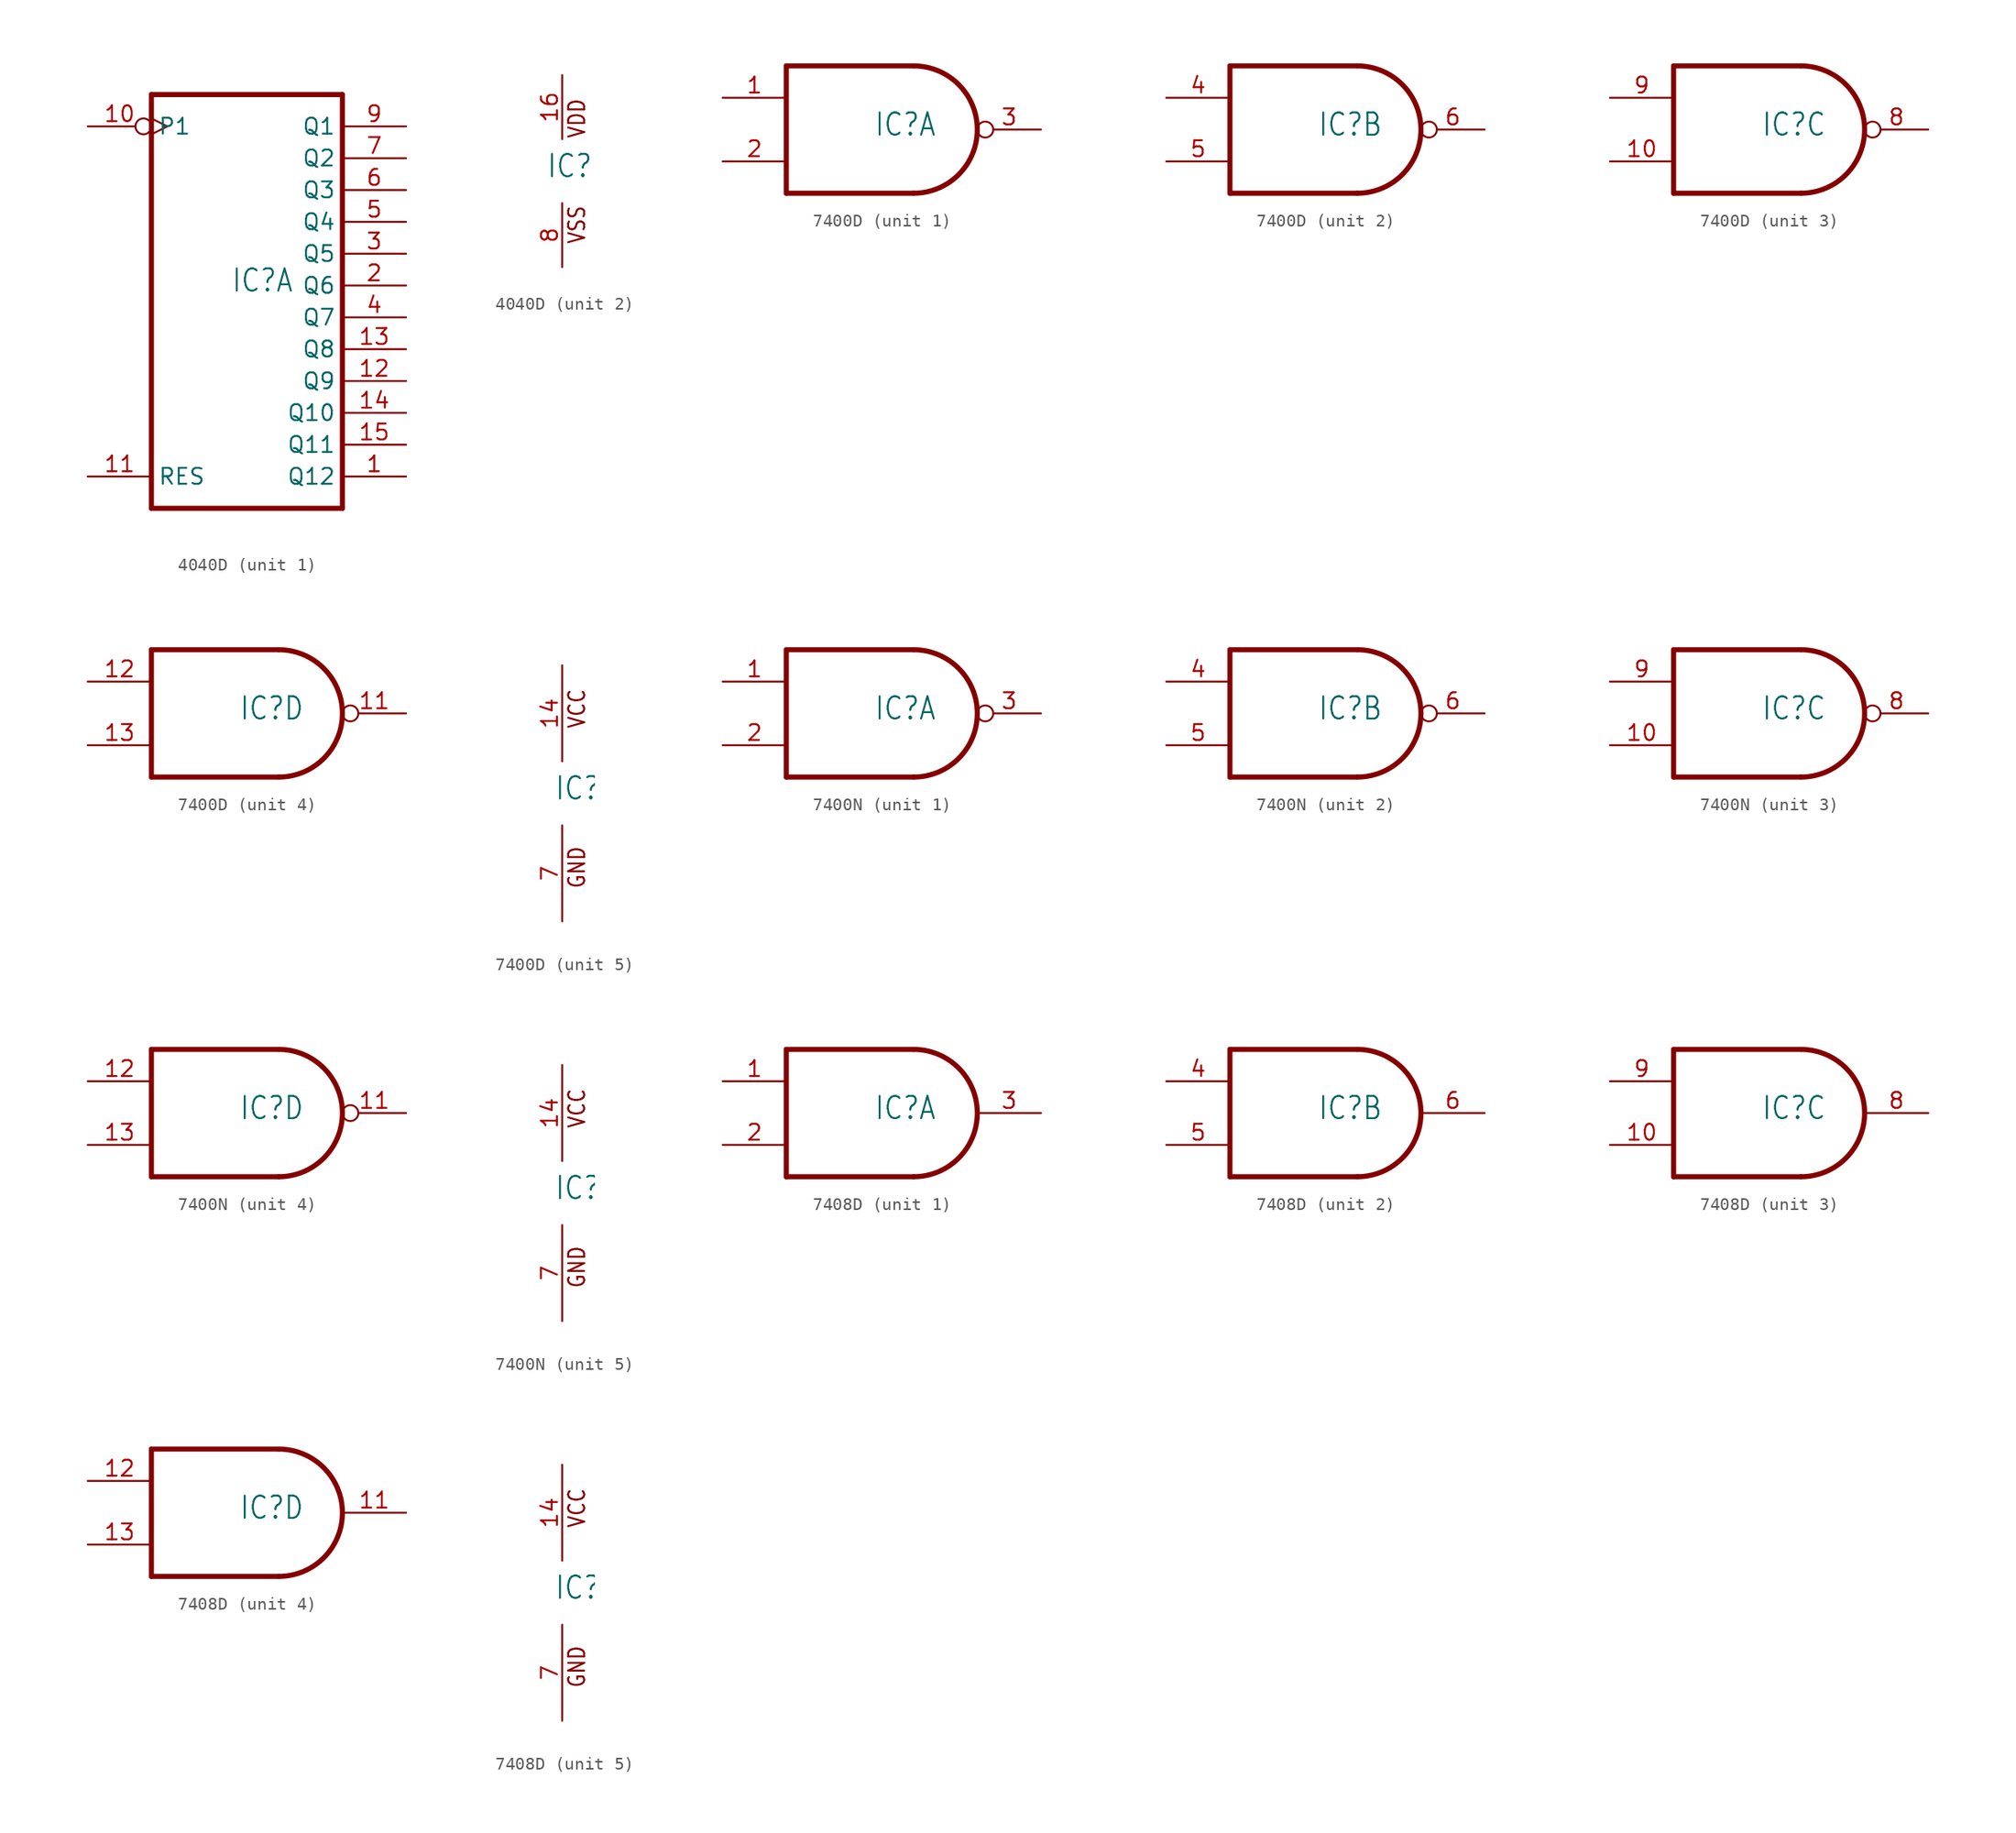
<source format=kicad_sym>
(kicad_symbol_lib
  (version 20211014)
  (generator kicad_symbol_editor)
  (symbol "4040D"
    (property "Reference" "IC"
      (at -1.27 -0.635 0)
      (effects (font (size 1.778 1.511)) (justify left bottom)))
    (property "ki_locked" ""
      (at 0 0 0)
      (effects (font (size 1.27 1.27))))
    (symbol "4040D_1_0"
      (polyline (pts (xy -7.62 -17.78) (xy 7.62 -17.78)) (stroke (width 0.406) (type default) (color 0 0 0 0)) (fill (type none)))
      (polyline (pts (xy -7.62 15.24) (xy -7.62 -17.78)) (stroke (width 0.406) (type default) (color 0 0 0 0)) (fill (type none)))
      (polyline (pts (xy 7.62 -17.78) (xy 7.62 15.24)) (stroke (width 0.406) (type default) (color 0 0 0 0)) (fill (type none)))
      (polyline (pts (xy 7.62 15.24) (xy -7.62 15.24)) (stroke (width 0.406) (type default) (color 0 0 0 0)) (fill (type none)))
      (pin output line (at 12.7 -15.24 180) (length 5.08) (name "Q12" (effects (font (size 1.27 1.27)))) (number "1" (effects (font (size 1.27 1.27)))))
      (pin input inverted_clock (at -12.7 12.7 0) (length 5.08) (name "P1" (effects (font (size 1.27 1.27)))) (number "10" (effects (font (size 1.27 1.27)))))
      (pin input line (at -12.7 -15.24 0) (length 5.08) (name "RES" (effects (font (size 1.27 1.27)))) (number "11" (effects (font (size 1.27 1.27)))))
      (pin output line (at 12.7 -7.62 180) (length 5.08) (name "Q9" (effects (font (size 1.27 1.27)))) (number "12" (effects (font (size 1.27 1.27)))))
      (pin output line (at 12.7 -5.08 180) (length 5.08) (name "Q8" (effects (font (size 1.27 1.27)))) (number "13" (effects (font (size 1.27 1.27)))))
      (pin output line (at 12.7 -10.16 180) (length 5.08) (name "Q10" (effects (font (size 1.27 1.27)))) (number "14" (effects (font (size 1.27 1.27)))))
      (pin output line (at 12.7 -12.7 180) (length 5.08) (name "Q11" (effects (font (size 1.27 1.27)))) (number "15" (effects (font (size 1.27 1.27)))))
      (pin output line (at 12.7 0 180) (length 5.08) (name "Q6" (effects (font (size 1.27 1.27)))) (number "2" (effects (font (size 1.27 1.27)))))
      (pin output line (at 12.7 2.54 180) (length 5.08) (name "Q5" (effects (font (size 1.27 1.27)))) (number "3" (effects (font (size 1.27 1.27)))))
      (pin output line (at 12.7 -2.54 180) (length 5.08) (name "Q7" (effects (font (size 1.27 1.27)))) (number "4" (effects (font (size 1.27 1.27)))))
      (pin output line (at 12.7 5.08 180) (length 5.08) (name "Q4" (effects (font (size 1.27 1.27)))) (number "5" (effects (font (size 1.27 1.27)))))
      (pin output line (at 12.7 7.62 180) (length 5.08) (name "Q3" (effects (font (size 1.27 1.27)))) (number "6" (effects (font (size 1.27 1.27)))))
      (pin output line (at 12.7 10.16 180) (length 5.08) (name "Q2" (effects (font (size 1.27 1.27)))) (number "7" (effects (font (size 1.27 1.27)))))
      (pin output line (at 12.7 12.7 180) (length 5.08) (name "Q1" (effects (font (size 1.27 1.27)))) (number "9" (effects (font (size 1.27 1.27))))))
    (symbol "4040D_2_0"
      (text "VDD" (at 1.905 2.54 900) (effects (font (size 1.27 1.079)) (justify left bottom)))
      (text "VSS" (at 1.905 -5.842 900) (effects (font (size 1.27 1.079)) (justify left bottom)))
      (pin power_in line (at 0 7.62 270) (length 5.08) (name "VDD" (effects (font (size 0 0)))) (number "16" (effects (font (size 1.27 1.27)))))
      (pin power_in line (at 0 -7.62 90) (length 5.08) (name "VSS" (effects (font (size 0 0)))) (number "8" (effects (font (size 1.27 1.27)))))))
  (symbol "7400D"
    (property "Reference" "IC"
      (at -0.635 -0.635 0)
      (effects (font (size 1.778 1.511)) (justify left bottom)))
    (property "ki_locked" ""
      (at 0 0 0)
      (effects (font (size 1.27 1.27))))
    (symbol "7400D_1_0"
      (polyline (pts (xy -7.62 -5.08) (xy 2.54 -5.08)) (stroke (width 0.406) (type default) (color 0 0 0 0)) (fill (type none)))
      (polyline (pts (xy -7.62 5.08) (xy -7.62 -5.08)) (stroke (width 0.406) (type default) (color 0 0 0 0)) (fill (type none)))
      (polyline (pts (xy 2.54 5.08) (xy -7.62 5.08)) (stroke (width 0.406) (type default) (color 0 0 0 0)) (fill (type none)))
      (arc (start 2.54 -5.08) (mid 7.6199 0) (end 2.54 5.08) (stroke (width 0.4064) (type default) (color 0 0 0 0)) (fill (type none)))
      (pin input line (at -12.7 2.54 0) (length 5.08) (name "I0" (effects (font (size 0 0)))) (number "1" (effects (font (size 1.27 1.27)))))
      (pin input line (at -12.7 -2.54 0) (length 5.08) (name "I1" (effects (font (size 0 0)))) (number "2" (effects (font (size 1.27 1.27)))))
      (pin output inverted (at 12.7 0 180) (length 5.08) (name "O" (effects (font (size 0 0)))) (number "3" (effects (font (size 1.27 1.27))))))
    (symbol "7400D_2_0"
      (polyline (pts (xy -7.62 -5.08) (xy 2.54 -5.08)) (stroke (width 0.406) (type default) (color 0 0 0 0)) (fill (type none)))
      (polyline (pts (xy -7.62 5.08) (xy -7.62 -5.08)) (stroke (width 0.406) (type default) (color 0 0 0 0)) (fill (type none)))
      (polyline (pts (xy 2.54 5.08) (xy -7.62 5.08)) (stroke (width 0.406) (type default) (color 0 0 0 0)) (fill (type none)))
      (arc (start 2.54 -5.08) (mid 7.6199 0) (end 2.54 5.08) (stroke (width 0.4064) (type default) (color 0 0 0 0)) (fill (type none)))
      (pin input line (at -12.7 2.54 0) (length 5.08) (name "I0" (effects (font (size 0 0)))) (number "4" (effects (font (size 1.27 1.27)))))
      (pin input line (at -12.7 -2.54 0) (length 5.08) (name "I1" (effects (font (size 0 0)))) (number "5" (effects (font (size 1.27 1.27)))))
      (pin output inverted (at 12.7 0 180) (length 5.08) (name "O" (effects (font (size 0 0)))) (number "6" (effects (font (size 1.27 1.27))))))
    (symbol "7400D_3_0"
      (polyline (pts (xy -7.62 -5.08) (xy 2.54 -5.08)) (stroke (width 0.406) (type default) (color 0 0 0 0)) (fill (type none)))
      (polyline (pts (xy -7.62 5.08) (xy -7.62 -5.08)) (stroke (width 0.406) (type default) (color 0 0 0 0)) (fill (type none)))
      (polyline (pts (xy 2.54 5.08) (xy -7.62 5.08)) (stroke (width 0.406) (type default) (color 0 0 0 0)) (fill (type none)))
      (arc (start 2.54 -5.08) (mid 7.6199 0) (end 2.54 5.08) (stroke (width 0.4064) (type default) (color 0 0 0 0)) (fill (type none)))
      (pin input line (at -12.7 -2.54 0) (length 5.08) (name "I1" (effects (font (size 0 0)))) (number "10" (effects (font (size 1.27 1.27)))))
      (pin output inverted (at 12.7 0 180) (length 5.08) (name "O" (effects (font (size 0 0)))) (number "8" (effects (font (size 1.27 1.27)))))
      (pin input line (at -12.7 2.54 0) (length 5.08) (name "I0" (effects (font (size 0 0)))) (number "9" (effects (font (size 1.27 1.27))))))
    (symbol "7400D_4_0"
      (polyline (pts (xy -7.62 -5.08) (xy 2.54 -5.08)) (stroke (width 0.406) (type default) (color 0 0 0 0)) (fill (type none)))
      (polyline (pts (xy -7.62 5.08) (xy -7.62 -5.08)) (stroke (width 0.406) (type default) (color 0 0 0 0)) (fill (type none)))
      (polyline (pts (xy 2.54 5.08) (xy -7.62 5.08)) (stroke (width 0.406) (type default) (color 0 0 0 0)) (fill (type none)))
      (arc (start 2.54 -5.08) (mid 7.6199 0) (end 2.54 5.08) (stroke (width 0.4064) (type default) (color 0 0 0 0)) (fill (type none)))
      (pin output inverted (at 12.7 0 180) (length 5.08) (name "O" (effects (font (size 0 0)))) (number "11" (effects (font (size 1.27 1.27)))))
      (pin input line (at -12.7 2.54 0) (length 5.08) (name "I0" (effects (font (size 0 0)))) (number "12" (effects (font (size 1.27 1.27)))))
      (pin input line (at -12.7 -2.54 0) (length 5.08) (name "I1" (effects (font (size 0 0)))) (number "13" (effects (font (size 1.27 1.27))))))
    (symbol "7400D_5_0"
      (text "GND" (at 1.905 -7.62 900) (effects (font (size 1.27 1.079)) (justify left bottom)))
      (text "VCC" (at 1.905 5.08 900) (effects (font (size 1.27 1.079)) (justify left bottom)))
      (pin power_in line (at 0 10.16 270) (length 7.62) (name "VCC" (effects (font (size 0 0)))) (number "14" (effects (font (size 1.27 1.27)))))
      (pin power_in line (at 0 -10.16 90) (length 7.62) (name "GND" (effects (font (size 0 0)))) (number "7" (effects (font (size 1.27 1.27)))))))
  (symbol "7400N"
    (property "Reference" "IC"
      (at -0.635 -0.635 0)
      (effects (font (size 1.778 1.511)) (justify left bottom)))
    (property "ki_locked" ""
      (at 0 0 0)
      (effects (font (size 1.27 1.27))))
    (symbol "7400N_1_0"
      (polyline (pts (xy -7.62 -5.08) (xy 2.54 -5.08)) (stroke (width 0.406) (type default) (color 0 0 0 0)) (fill (type none)))
      (polyline (pts (xy -7.62 5.08) (xy -7.62 -5.08)) (stroke (width 0.406) (type default) (color 0 0 0 0)) (fill (type none)))
      (polyline (pts (xy 2.54 5.08) (xy -7.62 5.08)) (stroke (width 0.406) (type default) (color 0 0 0 0)) (fill (type none)))
      (arc (start 2.54 -5.08) (mid 7.6199 0) (end 2.54 5.08) (stroke (width 0.4064) (type default) (color 0 0 0 0)) (fill (type none)))
      (pin input line (at -12.7 2.54 0) (length 5.08) (name "I0" (effects (font (size 0 0)))) (number "1" (effects (font (size 1.27 1.27)))))
      (pin input line (at -12.7 -2.54 0) (length 5.08) (name "I1" (effects (font (size 0 0)))) (number "2" (effects (font (size 1.27 1.27)))))
      (pin output inverted (at 12.7 0 180) (length 5.08) (name "O" (effects (font (size 0 0)))) (number "3" (effects (font (size 1.27 1.27))))))
    (symbol "7400N_2_0"
      (polyline (pts (xy -7.62 -5.08) (xy 2.54 -5.08)) (stroke (width 0.406) (type default) (color 0 0 0 0)) (fill (type none)))
      (polyline (pts (xy -7.62 5.08) (xy -7.62 -5.08)) (stroke (width 0.406) (type default) (color 0 0 0 0)) (fill (type none)))
      (polyline (pts (xy 2.54 5.08) (xy -7.62 5.08)) (stroke (width 0.406) (type default) (color 0 0 0 0)) (fill (type none)))
      (arc (start 2.54 -5.08) (mid 7.6199 0) (end 2.54 5.08) (stroke (width 0.4064) (type default) (color 0 0 0 0)) (fill (type none)))
      (pin input line (at -12.7 2.54 0) (length 5.08) (name "I0" (effects (font (size 0 0)))) (number "4" (effects (font (size 1.27 1.27)))))
      (pin input line (at -12.7 -2.54 0) (length 5.08) (name "I1" (effects (font (size 0 0)))) (number "5" (effects (font (size 1.27 1.27)))))
      (pin output inverted (at 12.7 0 180) (length 5.08) (name "O" (effects (font (size 0 0)))) (number "6" (effects (font (size 1.27 1.27))))))
    (symbol "7400N_3_0"
      (polyline (pts (xy -7.62 -5.08) (xy 2.54 -5.08)) (stroke (width 0.406) (type default) (color 0 0 0 0)) (fill (type none)))
      (polyline (pts (xy -7.62 5.08) (xy -7.62 -5.08)) (stroke (width 0.406) (type default) (color 0 0 0 0)) (fill (type none)))
      (polyline (pts (xy 2.54 5.08) (xy -7.62 5.08)) (stroke (width 0.406) (type default) (color 0 0 0 0)) (fill (type none)))
      (arc (start 2.54 -5.08) (mid 7.6199 0) (end 2.54 5.08) (stroke (width 0.4064) (type default) (color 0 0 0 0)) (fill (type none)))
      (pin input line (at -12.7 -2.54 0) (length 5.08) (name "I1" (effects (font (size 0 0)))) (number "10" (effects (font (size 1.27 1.27)))))
      (pin output inverted (at 12.7 0 180) (length 5.08) (name "O" (effects (font (size 0 0)))) (number "8" (effects (font (size 1.27 1.27)))))
      (pin input line (at -12.7 2.54 0) (length 5.08) (name "I0" (effects (font (size 0 0)))) (number "9" (effects (font (size 1.27 1.27))))))
    (symbol "7400N_4_0"
      (polyline (pts (xy -7.62 -5.08) (xy 2.54 -5.08)) (stroke (width 0.406) (type default) (color 0 0 0 0)) (fill (type none)))
      (polyline (pts (xy -7.62 5.08) (xy -7.62 -5.08)) (stroke (width 0.406) (type default) (color 0 0 0 0)) (fill (type none)))
      (polyline (pts (xy 2.54 5.08) (xy -7.62 5.08)) (stroke (width 0.406) (type default) (color 0 0 0 0)) (fill (type none)))
      (arc (start 2.54 -5.08) (mid 7.6199 0) (end 2.54 5.08) (stroke (width 0.4064) (type default) (color 0 0 0 0)) (fill (type none)))
      (pin output inverted (at 12.7 0 180) (length 5.08) (name "O" (effects (font (size 0 0)))) (number "11" (effects (font (size 1.27 1.27)))))
      (pin input line (at -12.7 2.54 0) (length 5.08) (name "I0" (effects (font (size 0 0)))) (number "12" (effects (font (size 1.27 1.27)))))
      (pin input line (at -12.7 -2.54 0) (length 5.08) (name "I1" (effects (font (size 0 0)))) (number "13" (effects (font (size 1.27 1.27))))))
    (symbol "7400N_5_0"
      (text "GND" (at 1.905 -7.62 900) (effects (font (size 1.27 1.079)) (justify left bottom)))
      (text "VCC" (at 1.905 5.08 900) (effects (font (size 1.27 1.079)) (justify left bottom)))
      (pin power_in line (at 0 10.16 270) (length 7.62) (name "VCC" (effects (font (size 0 0)))) (number "14" (effects (font (size 1.27 1.27)))))
      (pin power_in line (at 0 -10.16 90) (length 7.62) (name "GND" (effects (font (size 0 0)))) (number "7" (effects (font (size 1.27 1.27)))))))
  (symbol "7408D"
    (property "Reference" "IC"
      (at -0.635 -0.635 0)
      (effects (font (size 1.778 1.511)) (justify left bottom)))
    (property "ki_locked" ""
      (at 0 0 0)
      (effects (font (size 1.27 1.27))))
    (symbol "7408D_1_0"
      (polyline (pts (xy -7.62 -5.08) (xy 2.54 -5.08)) (stroke (width 0.406) (type default) (color 0 0 0 0)) (fill (type none)))
      (polyline (pts (xy -7.62 5.08) (xy -7.62 -5.08)) (stroke (width 0.406) (type default) (color 0 0 0 0)) (fill (type none)))
      (polyline (pts (xy 2.54 5.08) (xy -7.62 5.08)) (stroke (width 0.406) (type default) (color 0 0 0 0)) (fill (type none)))
      (arc (start 2.54 -5.08) (mid 7.6199 0) (end 2.54 5.08) (stroke (width 0.4064) (type default) (color 0 0 0 0)) (fill (type none)))
      (pin input line (at -12.7 2.54 0) (length 5.08) (name "I0" (effects (font (size 0 0)))) (number "1" (effects (font (size 1.27 1.27)))))
      (pin input line (at -12.7 -2.54 0) (length 5.08) (name "I1" (effects (font (size 0 0)))) (number "2" (effects (font (size 1.27 1.27)))))
      (pin output line (at 12.7 0 180) (length 5.08) (name "O" (effects (font (size 0 0)))) (number "3" (effects (font (size 1.27 1.27))))))
    (symbol "7408D_2_0"
      (polyline (pts (xy -7.62 -5.08) (xy 2.54 -5.08)) (stroke (width 0.406) (type default) (color 0 0 0 0)) (fill (type none)))
      (polyline (pts (xy -7.62 5.08) (xy -7.62 -5.08)) (stroke (width 0.406) (type default) (color 0 0 0 0)) (fill (type none)))
      (polyline (pts (xy 2.54 5.08) (xy -7.62 5.08)) (stroke (width 0.406) (type default) (color 0 0 0 0)) (fill (type none)))
      (arc (start 2.54 -5.08) (mid 7.6199 0) (end 2.54 5.08) (stroke (width 0.4064) (type default) (color 0 0 0 0)) (fill (type none)))
      (pin input line (at -12.7 2.54 0) (length 5.08) (name "I0" (effects (font (size 0 0)))) (number "4" (effects (font (size 1.27 1.27)))))
      (pin input line (at -12.7 -2.54 0) (length 5.08) (name "I1" (effects (font (size 0 0)))) (number "5" (effects (font (size 1.27 1.27)))))
      (pin output line (at 12.7 0 180) (length 5.08) (name "O" (effects (font (size 0 0)))) (number "6" (effects (font (size 1.27 1.27))))))
    (symbol "7408D_3_0"
      (polyline (pts (xy -7.62 -5.08) (xy 2.54 -5.08)) (stroke (width 0.406) (type default) (color 0 0 0 0)) (fill (type none)))
      (polyline (pts (xy -7.62 5.08) (xy -7.62 -5.08)) (stroke (width 0.406) (type default) (color 0 0 0 0)) (fill (type none)))
      (polyline (pts (xy 2.54 5.08) (xy -7.62 5.08)) (stroke (width 0.406) (type default) (color 0 0 0 0)) (fill (type none)))
      (arc (start 2.54 -5.08) (mid 7.6199 0) (end 2.54 5.08) (stroke (width 0.4064) (type default) (color 0 0 0 0)) (fill (type none)))
      (pin input line (at -12.7 -2.54 0) (length 5.08) (name "I1" (effects (font (size 0 0)))) (number "10" (effects (font (size 1.27 1.27)))))
      (pin output line (at 12.7 0 180) (length 5.08) (name "O" (effects (font (size 0 0)))) (number "8" (effects (font (size 1.27 1.27)))))
      (pin input line (at -12.7 2.54 0) (length 5.08) (name "I0" (effects (font (size 0 0)))) (number "9" (effects (font (size 1.27 1.27))))))
    (symbol "7408D_4_0"
      (polyline (pts (xy -7.62 -5.08) (xy 2.54 -5.08)) (stroke (width 0.406) (type default) (color 0 0 0 0)) (fill (type none)))
      (polyline (pts (xy -7.62 5.08) (xy -7.62 -5.08)) (stroke (width 0.406) (type default) (color 0 0 0 0)) (fill (type none)))
      (polyline (pts (xy 2.54 5.08) (xy -7.62 5.08)) (stroke (width 0.406) (type default) (color 0 0 0 0)) (fill (type none)))
      (arc (start 2.54 -5.08) (mid 7.6199 0) (end 2.54 5.08) (stroke (width 0.4064) (type default) (color 0 0 0 0)) (fill (type none)))
      (pin output line (at 12.7 0 180) (length 5.08) (name "O" (effects (font (size 0 0)))) (number "11" (effects (font (size 1.27 1.27)))))
      (pin input line (at -12.7 2.54 0) (length 5.08) (name "I0" (effects (font (size 0 0)))) (number "12" (effects (font (size 1.27 1.27)))))
      (pin input line (at -12.7 -2.54 0) (length 5.08) (name "I1" (effects (font (size 0 0)))) (number "13" (effects (font (size 1.27 1.27))))))
    (symbol "7408D_5_0"
      (text "GND" (at 1.905 -7.62 900) (effects (font (size 1.27 1.079)) (justify left bottom)))
      (text "VCC" (at 1.905 5.08 900) (effects (font (size 1.27 1.079)) (justify left bottom)))
      (pin power_in line (at 0 10.16 270) (length 7.62) (name "VCC" (effects (font (size 0 0)))) (number "14" (effects (font (size 1.27 1.27)))))
      (pin power_in line (at 0 -10.16 90) (length 7.62) (name "GND" (effects (font (size 0 0)))) (number "7" (effects (font (size 1.27 1.27))))))))
</source>
